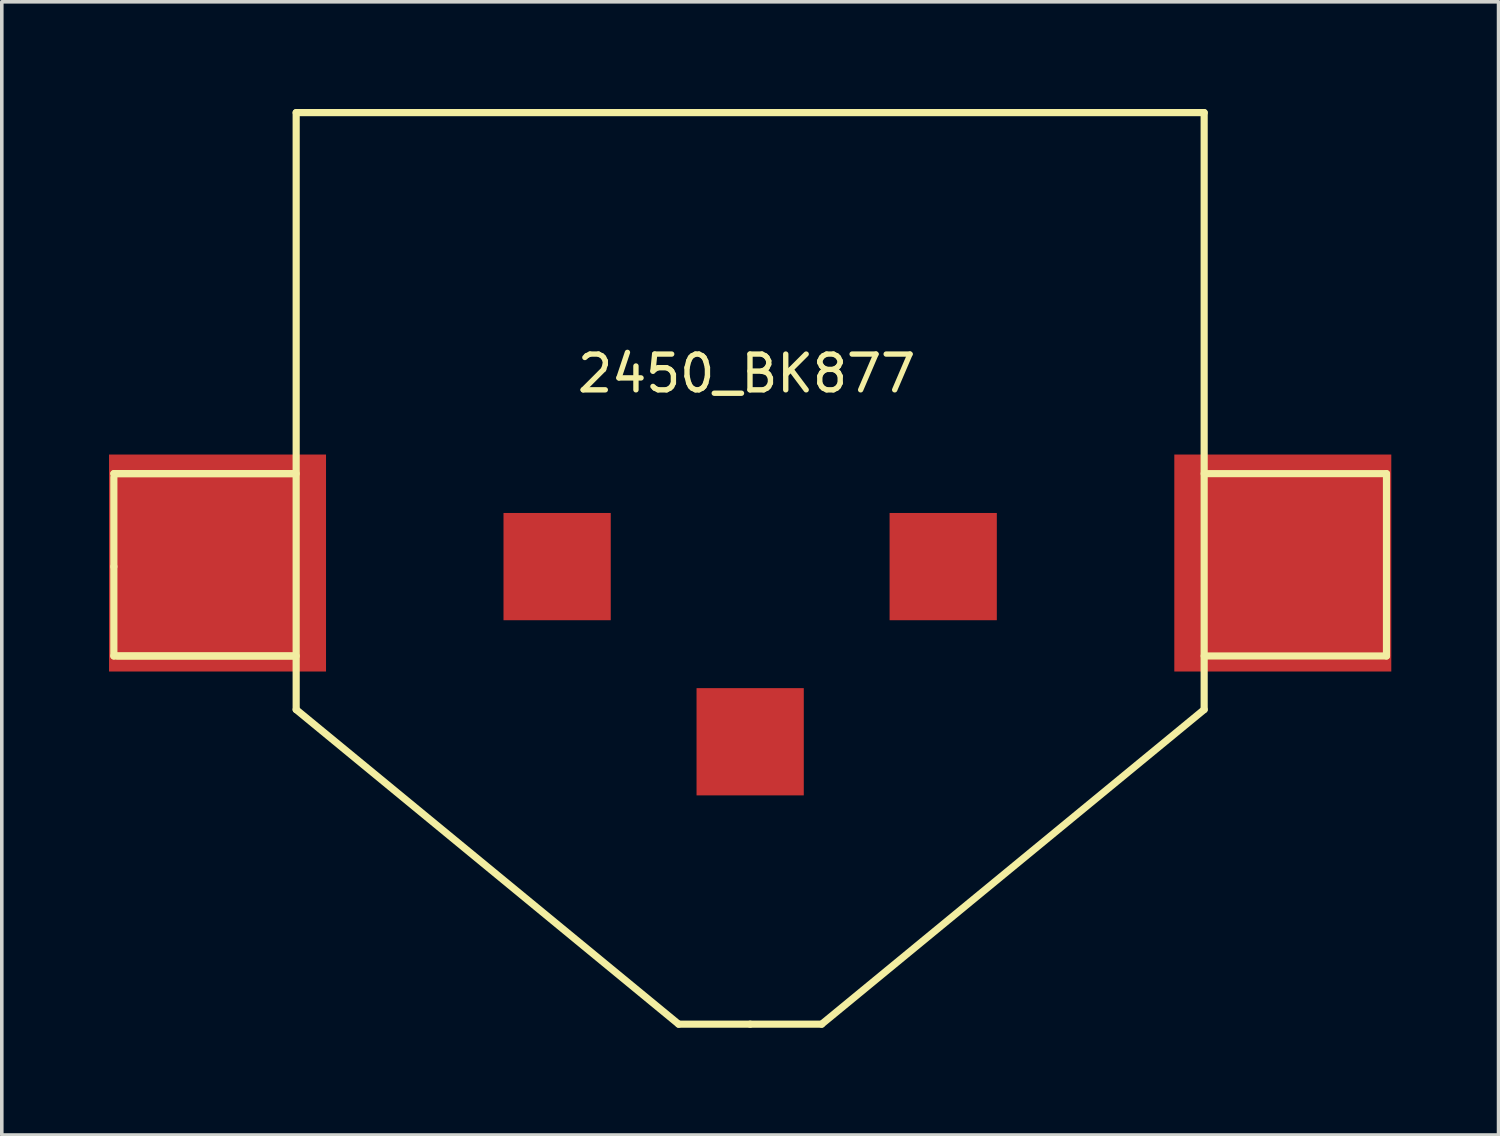
<source format=kicad_pcb>
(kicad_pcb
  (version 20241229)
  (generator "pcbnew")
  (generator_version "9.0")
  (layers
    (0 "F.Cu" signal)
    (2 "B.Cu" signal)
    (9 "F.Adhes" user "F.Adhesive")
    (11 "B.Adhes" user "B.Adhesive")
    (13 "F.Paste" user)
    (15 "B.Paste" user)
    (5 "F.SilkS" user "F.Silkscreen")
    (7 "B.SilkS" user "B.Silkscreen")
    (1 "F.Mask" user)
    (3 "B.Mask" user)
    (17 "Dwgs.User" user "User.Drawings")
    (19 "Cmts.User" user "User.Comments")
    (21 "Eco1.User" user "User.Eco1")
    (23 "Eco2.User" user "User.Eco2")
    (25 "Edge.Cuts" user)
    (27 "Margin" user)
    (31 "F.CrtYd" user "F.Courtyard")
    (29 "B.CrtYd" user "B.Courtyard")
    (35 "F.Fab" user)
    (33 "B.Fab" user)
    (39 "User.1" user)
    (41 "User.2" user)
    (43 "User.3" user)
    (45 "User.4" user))
  (footprint "2450_BK877"
    (layer "F.Cu")
    (at 17.935 12.8)
    (property "Reference" "2450_BK877" (at -0.1 -5.4 0) (layer "F.SilkS") (effects (font (size 1 1) (thickness 0.15))))
    (attr through_hole)
    (fp_line (start -17.8 -2.6) (end -12.8 -2.6) (stroke (width 0.2) (type solid)) (layer "F.SilkS"))
    (fp_line (start -17.8 -2.6) (end -12.7 -2.6) (stroke (width 0.2) (type solid)) (layer "F.SilkS"))
    (fp_line (start -17.8 0) (end -17.8 -2.5) (stroke (width 0.2) (type solid)) (layer "F.SilkS"))
    (fp_line (start -17.8 0) (end -17.8 2.5) (stroke (width 0.2) (type solid)) (layer "F.SilkS"))
    (fp_line (start -17.8 2.5) (end -12.8 2.5) (stroke (width 0.2) (type solid)) (layer "F.SilkS"))
    (fp_line (start -17.7 2.5) (end -12.7 2.5) (stroke (width 0.2) (type solid)) (layer "F.SilkS"))
    (fp_line (start -12.7 -12.7) (end -12.7 4) (stroke (width 0.2) (type solid)) (layer "F.SilkS"))
    (fp_line (start -12.7 4) (end -2 12.8) (stroke (width 0.2) (type solid)) (layer "F.SilkS"))
    (fp_line (start 0 12.8) (end -2 12.8) (stroke (width 0.2) (type solid)) (layer "F.SilkS"))
    (fp_line (start 2 12.8) (end 0 12.8) (stroke (width 0.2) (type solid)) (layer "F.SilkS"))
    (fp_line (start 2 12.8) (end 12.7 4) (stroke (width 0.2) (type solid)) (layer "F.SilkS"))
    (fp_line (start 12.7 -12.7) (end -12.7 -12.7) (stroke (width 0.2) (type solid)) (layer "F.SilkS"))
    (fp_line (start 12.7 4) (end 12.7 -12.7) (stroke (width 0.2) (type solid)) (layer "F.SilkS"))
    (fp_line (start 17.8 -2.6) (end 12.7 -2.6) (stroke (width 0.2) (type solid)) (layer "F.SilkS"))
    (fp_line (start 17.8 -2.6) (end 17.8 2.5) (stroke (width 0.2) (type solid)) (layer "F.SilkS"))
    (fp_line (start 17.8 2.5) (end 12.7 2.5) (stroke (width 0.2) (type solid)) (layer "F.SilkS"))
    (pad "1" smd rect (at -14.9 -0.1) (size 6.07 6.07) (layers "F.Cu" "F.Mask" "F.Paste"))
    (pad "1" smd rect (at 14.9 -0.1) (size 6.07 6.07) (layers "F.Cu" "F.Mask" "F.Paste"))
    (pad "2" smd rect (at -5.4 0) (size 3 3) (layers "F.Cu" "F.Mask" "F.Paste"))
    (pad "2" smd rect (at 0 4.9) (size 3 3) (layers "F.Cu" "F.Mask" "F.Paste"))
    (pad "2" smd rect (at 5.4 0) (size 3 3) (layers "F.Cu" "F.Mask" "F.Paste")))
  (gr_rect
    (start -3 -3)
    (end 38.87 28.7)
    (stroke (width 0.1) (type default))
    (fill no)
    (layer "Edge.Cuts")))
</source>
